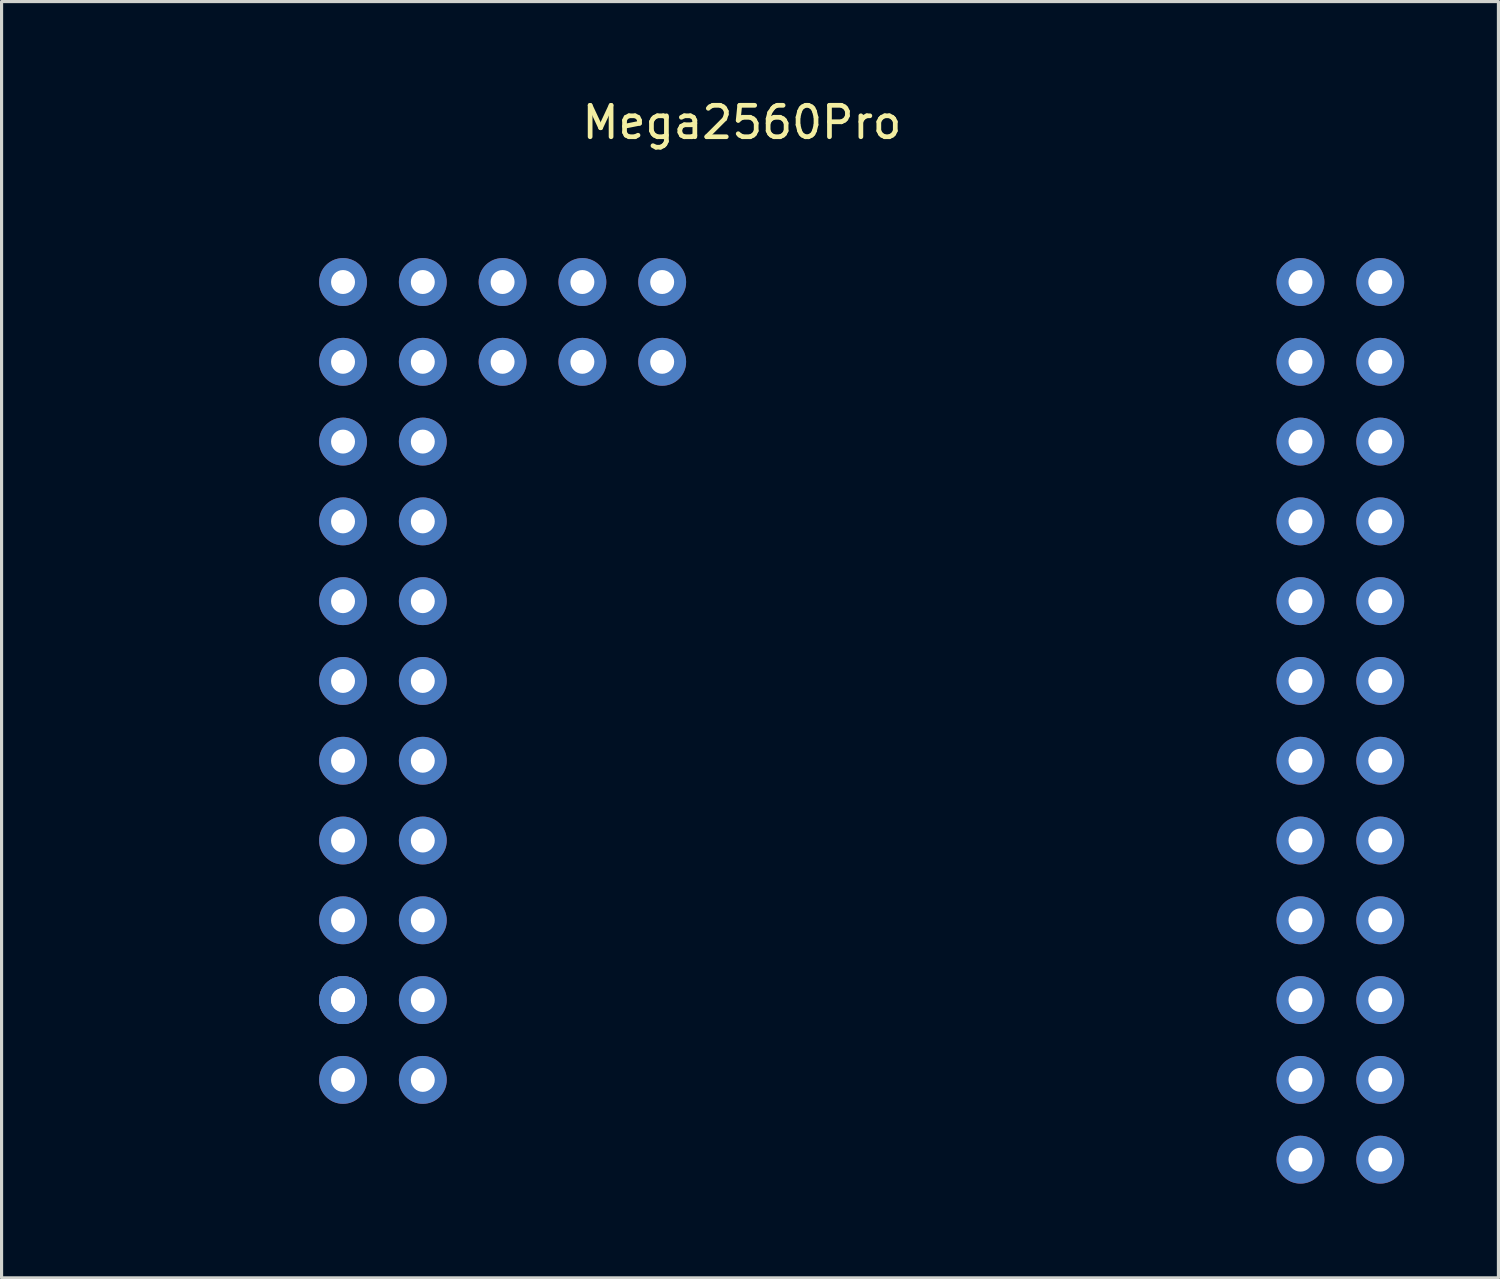
<source format=kicad_pcb>
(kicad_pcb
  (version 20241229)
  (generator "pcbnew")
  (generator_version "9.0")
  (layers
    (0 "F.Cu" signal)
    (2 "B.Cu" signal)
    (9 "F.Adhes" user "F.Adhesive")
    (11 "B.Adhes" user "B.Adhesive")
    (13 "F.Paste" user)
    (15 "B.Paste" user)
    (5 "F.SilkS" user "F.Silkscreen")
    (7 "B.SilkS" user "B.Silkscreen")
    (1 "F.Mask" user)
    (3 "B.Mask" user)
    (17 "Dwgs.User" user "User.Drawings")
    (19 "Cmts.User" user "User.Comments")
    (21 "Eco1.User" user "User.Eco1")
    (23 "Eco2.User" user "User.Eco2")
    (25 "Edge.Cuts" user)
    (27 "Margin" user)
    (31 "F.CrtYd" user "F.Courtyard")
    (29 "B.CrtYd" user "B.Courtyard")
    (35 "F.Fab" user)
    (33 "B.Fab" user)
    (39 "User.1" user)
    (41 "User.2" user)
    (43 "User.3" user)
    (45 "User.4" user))
  (footprint "Mega2560Pro"
    (layer "F.Cu")
    (at 0.25 26.248)
    (property "Reference" "Mega2560Pro" (at 20.32 -25.4 0) (layer "F.SilkS") (effects (font (size 1 1) (thickness 0.15))))
    (attr through_hole)
    (pad "1" thru_hole circle (at 7.62 -20.32) (size 1.524 1.524) (drill 0.762) (layers "*.Cu" "*.Mask"))
    (pad "2" thru_hole circle (at 10.16 -20.32) (size 1.524 1.524) (drill 0.762) (layers "*.Cu" "*.Mask"))
    (pad "3" thru_hole circle (at 7.62 -17.78) (size 1.524 1.524) (drill 0.762) (layers "*.Cu" "*.Mask"))
    (pad "4" thru_hole circle (at 10.16 -17.78) (size 1.524 1.524) (drill 0.762) (layers "*.Cu" "*.Mask"))
    (pad "5" thru_hole circle (at 7.62 -15.24) (size 1.524 1.524) (drill 0.762) (layers "*.Cu" "*.Mask"))
    (pad "6" thru_hole circle (at 10.16 -15.24) (size 1.524 1.524) (drill 0.762) (layers "*.Cu" "*.Mask"))
    (pad "7" thru_hole circle (at 7.62 -12.7) (size 1.524 1.524) (drill 0.762) (layers "*.Cu" "*.Mask"))
    (pad "8" thru_hole circle (at 10.16 -12.7) (size 1.524 1.524) (drill 0.762) (layers "*.Cu" "*.Mask"))
    (pad "9" thru_hole circle (at 7.62 -10.16) (size 1.524 1.524) (drill 0.762) (layers "*.Cu" "*.Mask"))
    (pad "10" thru_hole circle (at 10.16 -10.16) (size 1.524 1.524) (drill 0.762) (layers "*.Cu" "*.Mask"))
    (pad "11" thru_hole circle (at 7.62 -7.62) (size 1.524 1.524) (drill 0.762) (layers "*.Cu" "*.Mask"))
    (pad "12" thru_hole circle (at 10.16 -7.62) (size 1.524 1.524) (drill 0.762) (layers "*.Cu" "*.Mask"))
    (pad "13" thru_hole circle (at 7.62 -5.08) (size 1.524 1.524) (drill 0.762) (layers "*.Cu" "*.Mask"))
    (pad "14" thru_hole circle (at 10.16 -5.08) (size 1.524 1.524) (drill 0.762) (layers "*.Cu" "*.Mask"))
    (pad "15" thru_hole circle (at 7.62 -2.54) (size 1.524 1.524) (drill 0.762) (layers "*.Cu" "*.Mask"))
    (pad "16" thru_hole circle (at 10.16 -2.54) (size 1.524 1.524) (drill 0.762) (layers "*.Cu" "*.Mask"))
    (pad "17" thru_hole circle (at 40.64 -20.32) (size 1.524 1.524) (drill 0.762) (layers "*.Cu" "*.Mask"))
    (pad "18" thru_hole circle (at 38.1 -17.78) (size 1.524 1.524) (drill 0.762) (layers "*.Cu" "*.Mask"))
    (pad "19" thru_hole circle (at 40.64 -17.78) (size 1.524 1.524) (drill 0.762) (layers "*.Cu" "*.Mask"))
    (pad "20" thru_hole circle (at 38.1 -15.24) (size 1.524 1.524) (drill 0.762) (layers "*.Cu" "*.Mask"))
    (pad "21" thru_hole circle (at 38.1 -20.32) (size 1.524 1.524) (drill 0.762) (layers "*.Cu" "*.Mask"))
    (pad "22" thru_hole circle (at 40.64 -15.24) (size 1.524 1.524) (drill 0.762) (layers "*.Cu" "*.Mask"))
    (pad "23" thru_hole circle (at 38.1 -12.7) (size 1.524 1.524) (drill 0.762) (layers "*.Cu" "*.Mask"))
    (pad "24" thru_hole circle (at 40.64 -12.7) (size 1.524 1.524) (drill 0.762) (layers "*.Cu" "*.Mask"))
    (pad "25" thru_hole circle (at 38.1 -10.16) (size 1.524 1.524) (drill 0.762) (layers "*.Cu" "*.Mask"))
    (pad "26" thru_hole circle (at 40.64 -10.16) (size 1.524 1.524) (drill 0.762) (layers "*.Cu" "*.Mask"))
    (pad "27" thru_hole circle (at 38.1 -7.62) (size 1.524 1.524) (drill 0.762) (layers "*.Cu" "*.Mask"))
    (pad "28" thru_hole circle (at 40.64 -7.62) (size 1.524 1.524) (drill 0.762) (layers "*.Cu" "*.Mask"))
    (pad "29" thru_hole circle (at 38.1 -5.08) (size 1.524 1.524) (drill 0.762) (layers "*.Cu" "*.Mask"))
    (pad "30" thru_hole circle (at 40.64 -5.08) (size 1.524 1.524) (drill 0.762) (layers "*.Cu" "*.Mask"))
    (pad "31" thru_hole circle (at 38.1 -2.54) (size 1.524 1.524) (drill 0.762) (layers "*.Cu" "*.Mask"))
    (pad "32" thru_hole circle (at 40.64 -2.54) (size 1.524 1.524) (drill 0.762) (layers "*.Cu" "*.Mask"))
    (pad "33" thru_hole circle (at 38.1 0) (size 1.524 1.524) (drill 0.762) (layers "*.Cu" "*.Mask"))
    (pad "34" thru_hole circle (at 40.64 0) (size 1.524 1.524) (drill 0.762) (layers "*.Cu" "*.Mask"))
    (pad "35" thru_hole circle (at 38.1 2.54) (size 1.524 1.524) (drill 0.762) (layers "*.Cu" "*.Mask"))
    (pad "36" thru_hole circle (at 40.64 2.54) (size 1.524 1.524) (drill 0.762) (layers "*.Cu" "*.Mask"))
    (pad "37" thru_hole circle (at 38.1 5.08) (size 1.524 1.524) (drill 0.762) (layers "*.Cu" "*.Mask"))
    (pad "38" thru_hole circle (at 40.64 5.08) (size 1.524 1.524) (drill 0.762) (layers "*.Cu" "*.Mask"))
    (pad "39" thru_hole circle (at 38.1 7.62) (size 1.524 1.524) (drill 0.762) (layers "*.Cu" "*.Mask"))
    (pad "40" thru_hole circle (at 7.62 0) (size 1.524 1.524) (drill 0.762) (layers "*.Cu" "*.Mask"))
    (pad "41" thru_hole circle (at 40.64 7.62) (size 1.524 1.524) (drill 0.762) (layers "*.Cu" "*.Mask"))
    (pad "42" thru_hole circle (at 10.16 0) (size 1.524 1.524) (drill 0.762) (layers "*.Cu" "*.Mask"))
    (pad "43" thru_hole circle (at 7.62 2.54) (size 1.524 1.524) (drill 0.762) (layers "*.Cu" "*.Mask"))
    (pad "44" thru_hole circle (at 10.16 2.54) (size 1.524 1.524) (drill 0.762) (layers "*.Cu" "*.Mask"))
    (pad "45" thru_hole circle (at 7.62 2.54) (size 1.524 1.524) (drill 0.762) (layers "*.Cu" "*.Mask"))
    (pad "46" thru_hole circle (at 7.62 5.08) (size 1.524 1.524) (drill 0.762) (layers "*.Cu" "*.Mask"))
    (pad "47" thru_hole circle (at 10.16 5.08) (size 1.524 1.524) (drill 0.762) (layers "*.Cu" "*.Mask"))
    (pad "48" thru_hole circle (at 12.7 -20.32) (size 1.524 1.524) (drill 0.762) (layers "*.Cu" "*.Mask"))
    (pad "49" thru_hole circle (at 12.7 -17.78) (size 1.524 1.524) (drill 0.762) (layers "*.Cu" "*.Mask"))
    (pad "50" thru_hole circle (at 15.24 -17.78) (size 1.524 1.524) (drill 0.762) (layers "*.Cu" "*.Mask"))
    (pad "51" thru_hole circle (at 15.24 -20.32) (size 1.524 1.524) (drill 0.762) (layers "*.Cu" "*.Mask"))
    (pad "52" thru_hole circle (at 17.78 -20.32) (size 1.524 1.524) (drill 0.762) (layers "*.Cu" "*.Mask"))
    (pad "53" thru_hole circle (at 17.78 -17.78) (size 1.524 1.524) (drill 0.762) (layers "*.Cu" "*.Mask")))
  (gr_rect
    (start -3 -3)
    (end 44.652 37.63)
    (stroke (width 0.1) (type default))
    (fill no)
    (layer "Edge.Cuts")))
</source>
